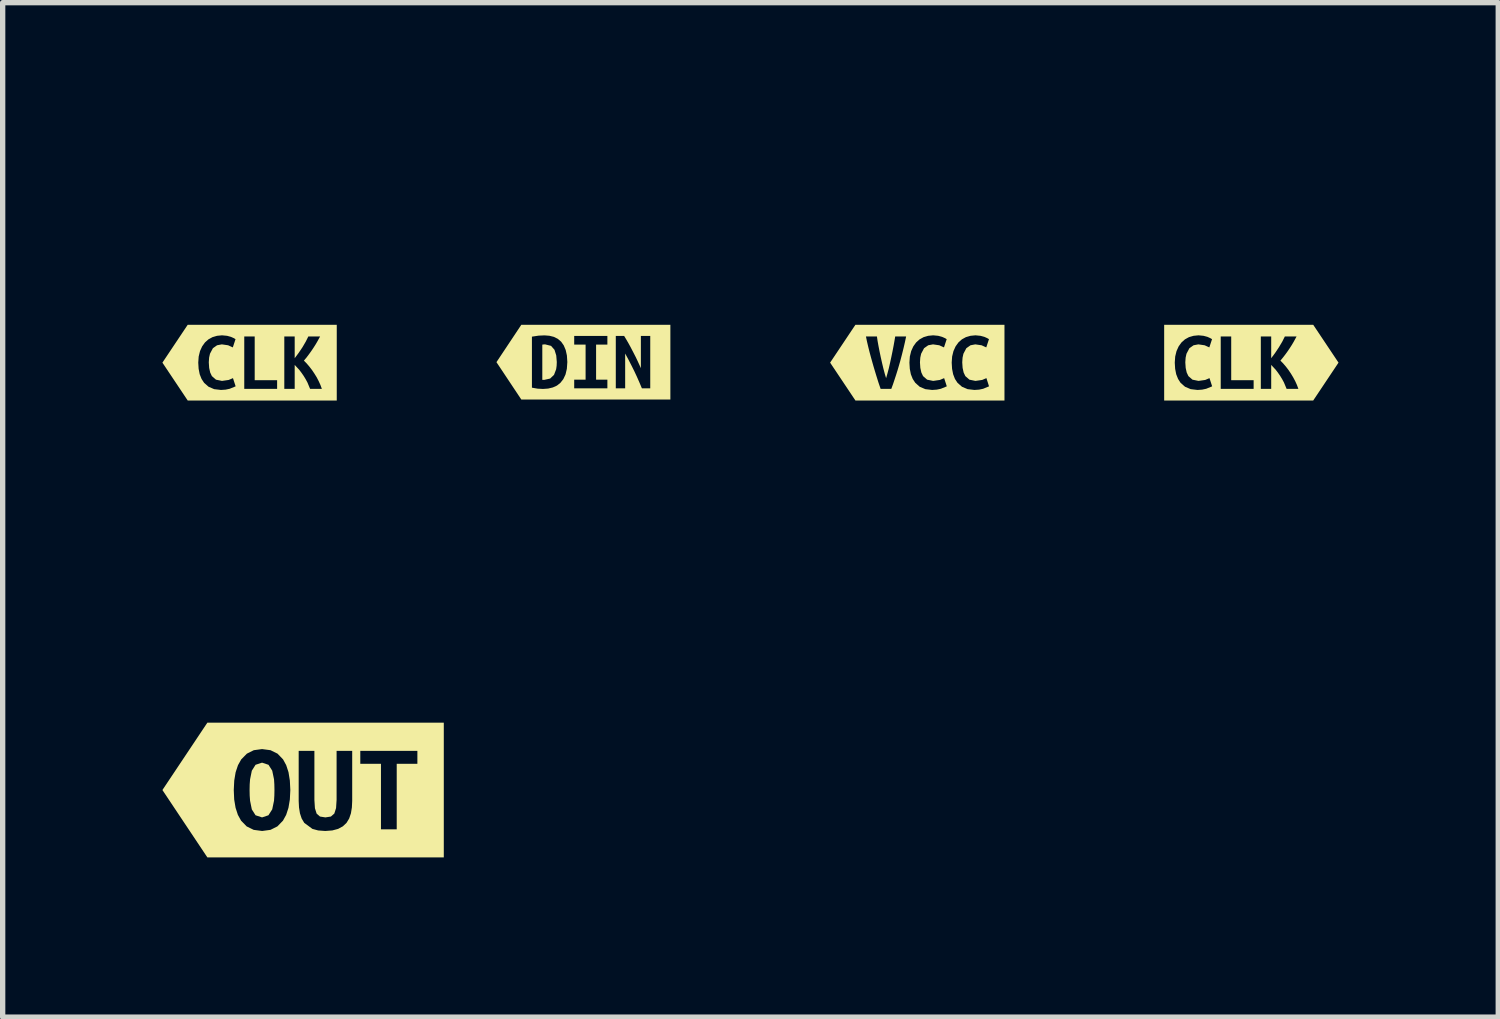
<source format=kicad_pcb>
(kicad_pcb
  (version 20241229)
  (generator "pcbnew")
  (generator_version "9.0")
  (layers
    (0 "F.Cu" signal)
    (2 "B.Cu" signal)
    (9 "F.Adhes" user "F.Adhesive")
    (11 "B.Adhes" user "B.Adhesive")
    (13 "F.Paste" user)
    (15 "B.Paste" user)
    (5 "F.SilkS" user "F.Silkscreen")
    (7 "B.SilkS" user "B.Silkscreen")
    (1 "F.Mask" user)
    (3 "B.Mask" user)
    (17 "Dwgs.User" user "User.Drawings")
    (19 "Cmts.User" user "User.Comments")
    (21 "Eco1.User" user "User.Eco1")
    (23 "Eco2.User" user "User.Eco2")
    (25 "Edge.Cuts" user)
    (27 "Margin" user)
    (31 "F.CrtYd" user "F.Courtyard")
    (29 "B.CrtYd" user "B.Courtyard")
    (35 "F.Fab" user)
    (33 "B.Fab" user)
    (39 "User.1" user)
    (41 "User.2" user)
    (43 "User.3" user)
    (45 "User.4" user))
  (footprint "kibuzzard-6458C190"
    (layer "F.Cu")
    (at 2.642 11.786)
    (property "Reference" "kibuzzard-6458C190" (at 0 -4.313 0) (layer "F.SilkS") (effects (font (size 0.001 0.001) (thickness 0.15))))
    (attr board_only exclude_from_pos_files exclude_from_bom)
    (fp_poly (pts (xy -1.005 0) (xy -1.003 0.104) (xy -0.996 0.201) (xy -0.963 0.364) (xy -0.893 0.474) (xy -0.771 0.514) (xy -0.651 0.474) (xy -0.58 0.363) (xy -0.546 0.2) (xy -0.54 0.104) (xy -0.538 0) (xy -0.54 -0.104) (xy -0.546 -0.201) (xy -0.58 -0.364) (xy -0.65 -0.474) (xy -0.771 -0.514) (xy -0.893 -0.474) (xy -0.963 -0.363) (xy -0.996 -0.2) (xy -1.003 -0.104) (xy -1.005 0)) (stroke (width 0) (type solid)) (fill yes) (layer "F.SilkS"))
    (fp_poly (pts (xy -1.302 -1.265) (xy -1.798 -1.265) (xy -2.642 0) (xy -1.798 1.265) (xy -1.302 1.265) (xy -0.769 1.265) (xy -0.769 0.769) (xy -0.928 0.748) (xy -1.06 0.683) (xy -1.165 0.575) (xy -1.225 0.466) (xy -1.268 0.334) (xy -1.294 0.179) (xy -1.302 0) (xy -1.293 -0.179) (xy -1.267 -0.334) (xy -1.223 -0.466) (xy -1.162 -0.575) (xy -1.056 -0.683) (xy -0.926 -0.748) (xy -0.771 -0.769) (xy -0.612 -0.748) (xy -0.48 -0.683) (xy -0.376 -0.575) (xy -0.317 -0.466) (xy -0.274 -0.334) (xy -0.249 -0.179) (xy -0.24 0) (xy -0.249 0.179) (xy -0.275 0.334) (xy -0.318 0.466) (xy -0.378 0.575) (xy -0.483 0.683) (xy -0.613 0.748) (xy -0.769 0.769) (xy -0.769 1.265) (xy 0.415 1.265) (xy 0.415 0.769) (xy 0.283 0.759) (xy 0.175 0.73) (xy 0.022 0.617) (xy -0.027 0.535) (xy -0.059 0.438) (xy -0.077 0.327) (xy -0.083 0.205) (xy -0.083 -0.736) (xy 0.212 -0.736) (xy 0.212 0.186) (xy 0.222 0.342) (xy 0.254 0.443) (xy 0.317 0.498) (xy 0.419 0.514) (xy 0.522 0.498) (xy 0.586 0.442) (xy 0.619 0.339) (xy 0.629 0.183) (xy 0.629 -0.736) (xy 0.922 -0.736) (xy 0.922 0.205) (xy 0.916 0.327) (xy 0.898 0.438) (xy 0.865 0.535) (xy 0.815 0.617) (xy 0.746 0.682) (xy 0.657 0.73) (xy 0.548 0.759) (xy 0.415 0.769) (xy 0.415 1.265) (xy 1.758 1.265) (xy 1.758 0.738) (xy 1.462 0.738) (xy 1.462 -0.493) (xy 1.074 -0.493) (xy 1.074 -0.736) (xy 2.146 -0.736) (xy 2.146 -0.493) (xy 1.758 -0.493) (xy 1.758 0.738) (xy 1.758 1.265) (xy 2.146 1.265) (xy 2.642 1.265) (xy 2.642 -1.265) (xy 2.146 -1.265) (xy -1.302 -1.265) (xy -1.302 -1.265)) (stroke (width 0) (type solid)) (fill yes) (layer "F.SilkS")))
  (footprint "kibuzzard-6458C1D4"
    (layer "F.Cu")
    (at 1.637 3.76)
    (property "Reference" "kibuzzard-6458C1D4" (at 0 -3.759 0) (layer "F.SilkS") (effects (font (size 0.001 0.001) (thickness 0.15))))
    (attr board_only exclude_from_pos_files exclude_from_bom)
    (fp_poly (pts (xy -0.964 -0.711) (xy -1.162 -0.711) (xy -1.637 0) (xy -1.162 0.711) (xy -0.964 0.711) (xy -0.537 0.711) (xy -0.537 0.513) (xy -0.665 0.498) (xy -0.77 0.453) (xy -0.854 0.379) (xy -0.902 0.306) (xy -0.937 0.218) (xy -0.957 0.116) (xy -0.964 0) (xy -0.956 -0.115) (xy -0.931 -0.217) (xy -0.891 -0.305) (xy -0.838 -0.379) (xy -0.773 -0.437) (xy -0.696 -0.479) (xy -0.611 -0.504) (xy -0.518 -0.513) (xy -0.423 -0.504) (xy -0.35 -0.484) (xy -0.296 -0.46) (xy -0.264 -0.441) (xy -0.315 -0.286) (xy -0.403 -0.326) (xy -0.521 -0.343) (xy -0.611 -0.326) (xy -0.689 -0.271) (xy -0.744 -0.167) (xy -0.76 -0.094) (xy -0.766 -0.005) (xy -0.759 0.099) (xy -0.74 0.185) (xy -0.708 0.253) (xy -0.631 0.32) (xy -0.518 0.343) (xy -0.392 0.325) (xy -0.312 0.291) (xy -0.262 0.445) (xy -0.374 0.491) (xy -0.45 0.507) (xy -0.537 0.513) (xy -0.537 0.711) (xy 0.517 0.711) (xy 0.517 0.492) (xy -0.1 0.492) (xy -0.1 -0.491) (xy 0.096 -0.491) (xy 0.096 0.33) (xy 0.517 0.33) (xy 0.517 0.492) (xy 0.517 0.711) (xy 1.136 0.711) (xy 1.136 0.492) (xy 1.086 0.372) (xy 1.052 0.309) (xy 1.014 0.247) (xy 0.973 0.188) (xy 0.931 0.133) (xy 0.847 0.043) (xy 0.847 0.492) (xy 0.652 0.492) (xy 0.652 -0.491) (xy 0.847 -0.491) (xy 0.847 -0.083) (xy 0.92 -0.181) (xy 0.993 -0.289) (xy 1.055 -0.395) (xy 1.103 -0.491) (xy 1.324 -0.491) (xy 1.27 -0.393) (xy 1.237 -0.337) (xy 1.2 -0.279) (xy 1.159 -0.218) (xy 1.115 -0.157) (xy 1.069 -0.096) (xy 1.02 -0.038) (xy 1.07 0.013) (xy 1.12 0.071) (xy 1.17 0.136) (xy 1.216 0.204) (xy 1.26 0.275) (xy 1.298 0.348) (xy 1.331 0.421) (xy 1.357 0.492) (xy 1.136 0.492) (xy 1.136 0.711) (xy 1.438 0.711) (xy 1.637 0.711) (xy 1.637 -0.711) (xy 1.438 -0.711) (xy -0.964 -0.711)) (stroke (width 0) (type solid)) (fill yes) (layer "F.SilkS")))
  (footprint "kibuzzard-6458C083"
    (layer "F.Cu")
    (at 20.449 3.76)
    (property "Reference" "kibuzzard-6458C083" (at 0 -3.759 0) (layer "F.SilkS") (effects (font (size 0.001 0.001) (thickness 0.15))))
    (attr board_only exclude_from_pos_files exclude_from_bom)
    (fp_poly (pts (xy -1.438 -0.711) (xy -1.637 -0.711) (xy -1.637 0.711) (xy -1.438 0.711) (xy -1.011 0.711) (xy -1.011 0.513) (xy -1.139 0.498) (xy -1.245 0.453) (xy -1.329 0.379) (xy -1.376 0.306) (xy -1.411 0.218) (xy -1.431 0.116) (xy -1.438 0) (xy -1.43 -0.115) (xy -1.405 -0.217) (xy -1.365 -0.305) (xy -1.312 -0.379) (xy -1.247 -0.437) (xy -1.171 -0.479) (xy -1.085 -0.504) (xy -0.992 -0.513) (xy -0.898 -0.504) (xy -0.824 -0.484) (xy -0.771 -0.46) (xy -0.738 -0.441) (xy -0.789 -0.286) (xy -0.877 -0.326) (xy -0.995 -0.343) (xy -1.085 -0.326) (xy -1.163 -0.271) (xy -1.218 -0.167) (xy -1.234 -0.094) (xy -1.24 -0.005) (xy -1.233 0.099) (xy -1.214 0.185) (xy -1.182 0.253) (xy -1.105 0.32) (xy -0.992 0.343) (xy -0.866 0.325) (xy -0.786 0.291) (xy -0.736 0.445) (xy -0.848 0.491) (xy -0.924 0.507) (xy -1.011 0.513) (xy -1.011 0.711) (xy 0.043 0.711) (xy 0.043 0.492) (xy -0.575 0.492) (xy -0.575 -0.491) (xy -0.378 -0.491) (xy -0.378 0.33) (xy 0.043 0.33) (xy 0.043 0.492) (xy 0.043 0.711) (xy 0.662 0.711) (xy 0.662 0.492) (xy 0.612 0.372) (xy 0.578 0.309) (xy 0.54 0.247) (xy 0.499 0.188) (xy 0.457 0.133) (xy 0.373 0.043) (xy 0.373 0.492) (xy 0.178 0.492) (xy 0.178 -0.491) (xy 0.373 -0.491) (xy 0.373 -0.083) (xy 0.446 -0.181) (xy 0.518 -0.289) (xy 0.581 -0.395) (xy 0.629 -0.491) (xy 0.849 -0.491) (xy 0.796 -0.393) (xy 0.763 -0.337) (xy 0.726 -0.279) (xy 0.685 -0.218) (xy 0.641 -0.157) (xy 0.594 -0.096) (xy 0.546 -0.038) (xy 0.596 0.013) (xy 0.646 0.071) (xy 0.696 0.136) (xy 0.742 0.204) (xy 0.785 0.275) (xy 0.824 0.348) (xy 0.857 0.421) (xy 0.883 0.492) (xy 0.662 0.492) (xy 0.662 0.711) (xy 0.964 0.711) (xy 1.162 0.711) (xy 1.637 0) (xy 1.162 -0.711) (xy 0.964 -0.711) (xy -1.438 -0.711)) (stroke (width 0) (type solid)) (fill yes) (layer "F.SilkS")))
  (footprint "kibuzzard-6458C1EF"
    (layer "F.Cu")
    (at 7.906 3.751)
    (property "Reference" "kibuzzard-6458C1EF" (at 0 -3.75 0) (layer "F.SilkS") (effects (font (size 0.001 0.001) (thickness 0.15))))
    (attr board_only exclude_from_pos_files exclude_from_bom)
    (fp_poly (pts (xy -0.772 0.332) (xy -0.754 0.333) (xy -0.737 0.333) (xy -0.625 0.308) (xy -0.552 0.238) (xy -0.512 0.133) (xy -0.503 0.068) (xy -0.5 -0.002) (xy -0.51 -0.125) (xy -0.543 -0.232) (xy -0.608 -0.306) (xy -0.715 -0.333) (xy -0.743 -0.333) (xy -0.772 -0.329) (xy -0.772 0.332)) (stroke (width 0) (type solid)) (fill yes) (layer "F.SilkS"))
    (fp_poly (pts (xy -0.967 -0.702) (xy -1.166 -0.702) (xy -1.633 0) (xy -1.166 0.702) (xy -0.967 0.702) (xy -0.758 0.702) (xy -0.758 0.503) (xy -0.86 0.498) (xy -0.967 0.479) (xy -0.967 -0.479) (xy -0.842 -0.498) (xy -0.732 -0.503) (xy -0.64 -0.496) (xy -0.555 -0.475) (xy -0.481 -0.438) (xy -0.419 -0.385) (xy -0.37 -0.316) (xy -0.333 -0.229) (xy -0.31 -0.125) (xy -0.302 -0.002) (xy -0.311 0.125) (xy -0.336 0.231) (xy -0.377 0.318) (xy -0.431 0.387) (xy -0.497 0.44) (xy -0.574 0.475) (xy -0.662 0.496) (xy -0.758 0.503) (xy -0.758 0.702) (xy -0.173 0.702) (xy -0.173 0.491) (xy -0.173 0.329) (xy 0.041 0.329) (xy 0.041 -0.33) (xy -0.173 -0.33) (xy -0.173 -0.492) (xy 0.45 -0.492) (xy 0.45 -0.33) (xy 0.238 -0.33) (xy 0.238 0.329) (xy 0.45 0.329) (xy 0.45 0.491) (xy -0.173 0.491) (xy -0.173 0.702) (xy 1.098 0.702) (xy 1.098 0.491) (xy 1.052 0.382) (xy 1.004 0.273) (xy 0.953 0.164) (xy 0.899 0.056) (xy 0.843 -0.053) (xy 0.784 -0.162) (xy 0.784 0.491) (xy 0.608 0.491) (xy 0.608 -0.492) (xy 0.765 -0.492) (xy 0.809 -0.419) (xy 0.854 -0.341) (xy 0.898 -0.259) (xy 0.94 -0.178) (xy 0.981 -0.098) (xy 1.018 -0.021) (xy 1.051 0.051) (xy 1.079 0.113) (xy 1.079 -0.492) (xy 1.255 -0.492) (xy 1.255 0.491) (xy 1.098 0.491) (xy 1.098 0.702) (xy 1.435 0.702) (xy 1.633 0.702) (xy 1.633 -0.702) (xy 1.435 -0.702) (xy -0.967 -0.702)) (stroke (width 0) (type solid)) (fill yes) (layer "F.SilkS")))
  (footprint "kibuzzard-6458C1FE"
    (layer "F.Cu")
    (at 14.176 3.76)
    (property "Reference" "kibuzzard-6458C1FE" (at 0 -3.759 0) (layer "F.SilkS") (effects (font (size 0.001 0.001) (thickness 0.15))))
    (attr board_only exclude_from_pos_files exclude_from_bom)
    (fp_poly (pts (xy -0.964 -0.711) (xy -1.162 -0.711) (xy -1.637 0) (xy -1.162 0.711) (xy -0.964 0.711) (xy -0.689 0.711) (xy -0.689 0.492) (xy -0.729 0.375) (xy -0.77 0.244) (xy -0.798 0.152) (xy -0.825 0.061) (xy -0.851 -0.031) (xy -0.876 -0.121) (xy -0.899 -0.207) (xy -0.92 -0.291) (xy -0.946 -0.402) (xy -0.964 -0.491) (xy -0.758 -0.491) (xy -0.746 -0.408) (xy -0.729 -0.314) (xy -0.709 -0.211) (xy -0.687 -0.106) (xy -0.663 0.001) (xy -0.638 0.106) (xy -0.612 0.204) (xy -0.586 0.292) (xy -0.561 0.205) (xy -0.535 0.107) (xy -0.511 0.002) (xy -0.488 -0.104) (xy -0.466 -0.21) (xy -0.446 -0.313) (xy -0.429 -0.408) (xy -0.415 -0.491) (xy -0.21 -0.491) (xy -0.231 -0.39) (xy -0.257 -0.278) (xy -0.287 -0.157) (xy -0.32 -0.031) (xy -0.345 0.056) (xy -0.371 0.144) (xy -0.399 0.233) (xy -0.428 0.321) (xy -0.457 0.408) (xy -0.488 0.492) (xy -0.689 0.492) (xy -0.689 0.711) (xy 0.279 0.711) (xy 0.279 0.513) (xy 0.151 0.498) (xy 0.045 0.453) (xy -0.038 0.379) (xy -0.086 0.306) (xy -0.121 0.218) (xy -0.141 0.116) (xy -0.148 0) (xy -0.14 -0.115) (xy -0.115 -0.217) (xy -0.075 -0.305) (xy -0.022 -0.379) (xy 0.043 -0.437) (xy 0.119 -0.479) (xy 0.205 -0.504) (xy 0.298 -0.513) (xy 0.393 -0.504) (xy 0.466 -0.484) (xy 0.52 -0.46) (xy 0.552 -0.441) (xy 0.501 -0.286) (xy 0.413 -0.326) (xy 0.295 -0.343) (xy 0.205 -0.326) (xy 0.127 -0.271) (xy 0.072 -0.167) (xy 0.056 -0.094) (xy 0.05 -0.005) (xy 0.057 0.099) (xy 0.076 0.185) (xy 0.108 0.253) (xy 0.185 0.32) (xy 0.298 0.343) (xy 0.424 0.325) (xy 0.504 0.291) (xy 0.554 0.445) (xy 0.442 0.491) (xy 0.366 0.507) (xy 0.279 0.513) (xy 0.279 0.711) (xy 1.073 0.711) (xy 1.073 0.513) (xy 0.945 0.498) (xy 0.839 0.453) (xy 0.755 0.379) (xy 0.707 0.306) (xy 0.673 0.218) (xy 0.653 0.116) (xy 0.646 0) (xy 0.654 -0.115) (xy 0.679 -0.217) (xy 0.719 -0.305) (xy 0.772 -0.379) (xy 0.837 -0.437) (xy 0.913 -0.479) (xy 0.999 -0.504) (xy 1.092 -0.513) (xy 1.186 -0.504) (xy 1.26 -0.484) (xy 1.313 -0.46) (xy 1.346 -0.441) (xy 1.295 -0.286) (xy 1.207 -0.326) (xy 1.089 -0.343) (xy 0.999 -0.326) (xy 0.921 -0.271) (xy 0.866 -0.167) (xy 0.85 -0.094) (xy 0.844 -0.005) (xy 0.851 0.099) (xy 0.87 0.185) (xy 0.902 0.253) (xy 0.979 0.32) (xy 1.092 0.343) (xy 1.218 0.325) (xy 1.298 0.291) (xy 1.347 0.445) (xy 1.236 0.491) (xy 1.16 0.507) (xy 1.073 0.513) (xy 1.073 0.711) (xy 1.438 0.711) (xy 1.637 0.711) (xy 1.637 -0.711) (xy 1.438 -0.711) (xy -0.964 -0.711)) (stroke (width 0) (type solid)) (fill yes) (layer "F.SilkS")))
  (gr_rect
    (start -3 -3)
    (end 25.086 16.051)
    (stroke (width 0.1) (type default))
    (fill no)
    (layer "Edge.Cuts")))
</source>
